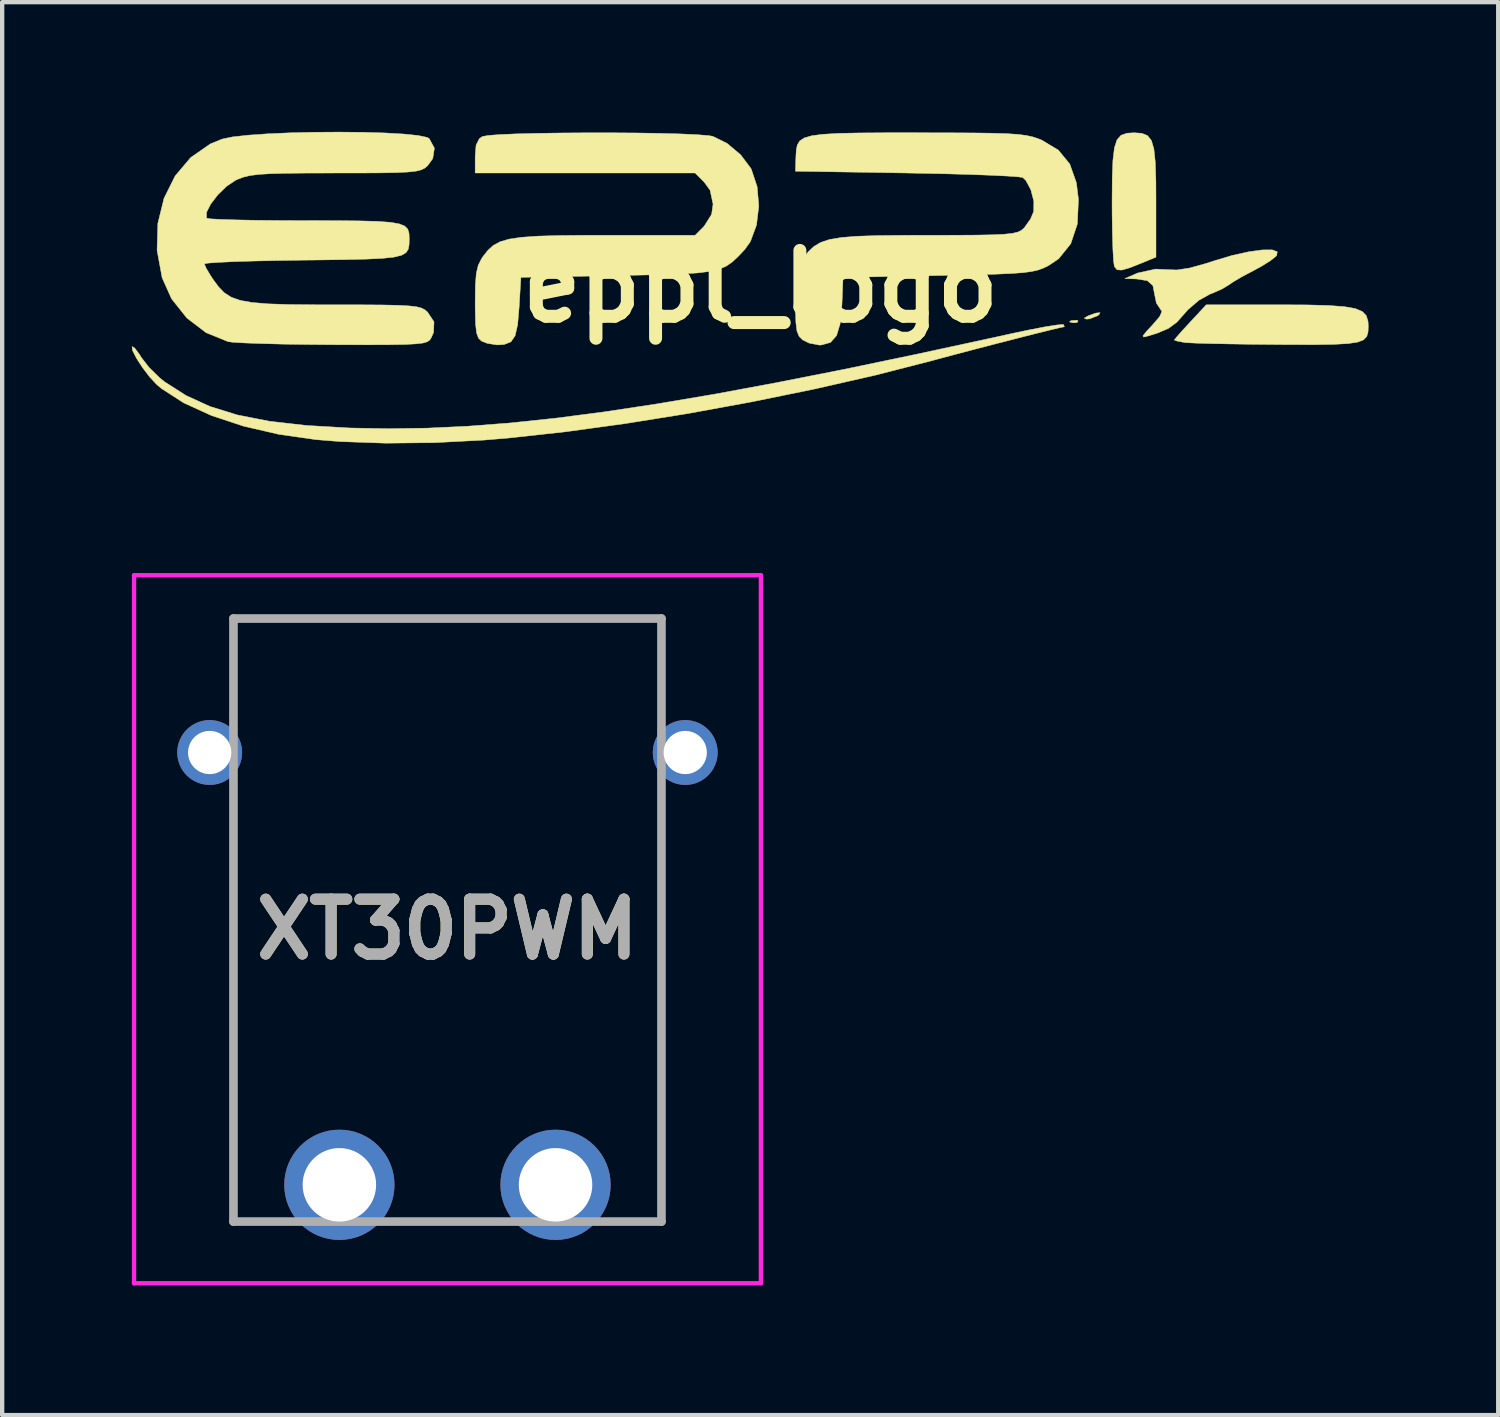
<source format=kicad_pcb>
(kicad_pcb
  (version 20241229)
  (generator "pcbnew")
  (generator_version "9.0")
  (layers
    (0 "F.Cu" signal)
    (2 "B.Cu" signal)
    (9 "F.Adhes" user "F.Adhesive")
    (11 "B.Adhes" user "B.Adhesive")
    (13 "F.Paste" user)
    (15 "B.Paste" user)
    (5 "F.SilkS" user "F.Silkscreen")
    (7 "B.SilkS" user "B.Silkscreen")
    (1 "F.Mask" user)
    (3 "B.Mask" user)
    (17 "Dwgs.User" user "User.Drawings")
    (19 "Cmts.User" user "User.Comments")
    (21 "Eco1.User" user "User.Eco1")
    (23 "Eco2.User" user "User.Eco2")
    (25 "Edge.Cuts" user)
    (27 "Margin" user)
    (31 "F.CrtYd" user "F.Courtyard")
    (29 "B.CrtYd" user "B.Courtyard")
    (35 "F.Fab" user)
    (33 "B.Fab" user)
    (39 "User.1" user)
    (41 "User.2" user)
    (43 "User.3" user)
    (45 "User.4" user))
  (footprint "eppl_logo"
    (layer "F.Cu")
    (at 14.545 3.577)
    (property "Reference" "eppl_logo" (at 0 0 0) (layer "F.SilkS") (effects (font (size 1.524 1.524) (thickness 0.3))))
    (attr through_hole)
    (fp_poly (pts (xy 7.343 0.796) (xy 7.318 0.834) (xy 7.232 0.84) (xy 7.142 0.819) (xy 7.181 0.789) (xy 7.313 0.779) (xy 7.343 0.796)) (stroke (width 0.01) (type solid)) (fill yes) (layer "F.SilkS"))
    (fp_poly (pts (xy 7.824 0.653) (xy 7.789 0.677) (xy 7.609 0.748) (xy 7.535 0.755) (xy 7.485 0.731) (xy 7.578 0.677) (xy 7.757 0.614) (xy 7.85 0.606) (xy 7.824 0.653)) (stroke (width 0.01) (type solid)) (fill yes) (layer "F.SilkS"))
    (fp_poly (pts (xy 8.815 -3.544) (xy 8.946 -3.492) (xy 9.038 -3.378) (xy 9.096 -3.179) (xy 9.128 -2.874) (xy 9.142 -2.441) (xy 9.144 -1.985) (xy 9.144 -0.68) (xy 8.861 -0.562) (xy 8.548 -0.437) (xy 8.353 -0.38) (xy 8.244 -0.387) (xy 8.187 -0.454) (xy 8.18 -0.47) (xy 8.162 -0.599) (xy 8.147 -0.864) (xy 8.136 -1.234) (xy 8.129 -1.675) (xy 8.128 -1.948) (xy 8.132 -2.509) (xy 8.148 -2.922) (xy 8.183 -3.21) (xy 8.244 -3.396) (xy 8.338 -3.5) (xy 8.473 -3.546) (xy 8.636 -3.556) (xy 8.815 -3.544)) (stroke (width 0.01) (type solid)) (fill yes) (layer "F.SilkS"))
    (fp_poly (pts (xy 12.639 0.426) (xy 13.135 0.439) (xy 13.501 0.466) (xy 13.756 0.511) (xy 13.919 0.58) (xy 14.01 0.677) (xy 14.049 0.807) (xy 14.055 0.919) (xy 14.049 1.054) (xy 14.019 1.157) (xy 13.945 1.234) (xy 13.807 1.287) (xy 13.586 1.32) (xy 13.262 1.338) (xy 12.817 1.345) (xy 12.229 1.344) (xy 11.942 1.342) (xy 11.377 1.337) (xy 10.857 1.329) (xy 10.41 1.32) (xy 10.064 1.31) (xy 9.848 1.299) (xy 9.8 1.294) (xy 9.632 1.262) (xy 9.567 1.238) (xy 9.62 1.171) (xy 9.758 1.015) (xy 9.937 0.821) (xy 10.307 0.423) (xy 11.993 0.423) (xy 12.639 0.426)) (stroke (width 0.01) (type solid)) (fill yes) (layer "F.SilkS"))
    (fp_poly (pts (xy 11.95 -0.804) (xy 11.934 -0.714) (xy 11.933 -0.713) (xy 11.797 -0.601) (xy 11.567 -0.458) (xy 11.393 -0.365) (xy 11.131 -0.226) (xy 10.92 -0.101) (xy 10.837 -0.043) (xy 10.676 0.055) (xy 10.44 0.159) (xy 10.394 0.176) (xy 10.137 0.318) (xy 9.882 0.537) (xy 9.814 0.615) (xy 9.625 0.827) (xy 9.436 0.967) (xy 9.182 1.076) (xy 8.975 1.141) (xy 8.86 1.169) (xy 8.843 1.14) (xy 8.931 1.031) (xy 9.058 0.895) (xy 9.229 0.697) (xy 9.282 0.578) (xy 9.241 0.515) (xy 9.154 0.386) (xy 9.116 0.202) (xy 9.072 -0.022) (xy 8.942 -0.136) (xy 8.688 -0.175) (xy 8.678 -0.175) (xy 8.424 -0.183) (xy 8.72 -0.312) (xy 9.135 -0.403) (xy 9.376 -0.391) (xy 9.625 -0.382) (xy 9.919 -0.427) (xy 10.305 -0.534) (xy 10.49 -0.594) (xy 10.904 -0.718) (xy 11.282 -0.802) (xy 11.6 -0.846) (xy 11.831 -0.848) (xy 11.95 -0.804)) (stroke (width 0.01) (type solid)) (fill yes) (layer "F.SilkS"))
    (fp_poly (pts (xy 7.007 0.883) (xy 7.025 0.931) (xy 7.02 0.932) (xy 6.917 0.953) (xy 6.68 1.01) (xy 6.336 1.095) (xy 5.917 1.202) (xy 5.449 1.322) (xy 4.963 1.449) (xy 4.487 1.574) (xy 4.051 1.691) (xy 3.937 1.722) (xy 2.632 2.056) (xy 1.233 2.374) (xy -0.221 2.671) (xy -1.692 2.94) (xy -3.14 3.172) (xy -4.527 3.362) (xy -5.813 3.503) (xy -6.392 3.552) (xy -7.543 3.612) (xy -8.671 3.624) (xy -9.722 3.587) (xy -10.287 3.542) (xy -11.147 3.419) (xy -11.963 3.23) (xy -12.706 2.984) (xy -13.347 2.691) (xy -13.856 2.363) (xy -13.971 2.266) (xy -14.131 2.095) (xy -14.297 1.877) (xy -14.44 1.657) (xy -14.53 1.479) (xy -14.54 1.389) (xy -14.477 1.427) (xy -14.367 1.574) (xy -14.325 1.643) (xy -14.149 1.871) (xy -13.904 2.111) (xy -13.785 2.207) (xy -13.291 2.522) (xy -12.738 2.775) (xy -12.104 2.971) (xy -11.369 3.116) (xy -10.512 3.214) (xy -9.511 3.272) (xy -9.483 3.273) (xy -8.614 3.289) (xy -7.717 3.276) (xy -6.78 3.232) (xy -5.789 3.156) (xy -4.735 3.045) (xy -3.604 2.898) (xy -2.384 2.713) (xy -1.065 2.49) (xy 0.368 2.224) (xy 1.924 1.917) (xy 3.617 1.564) (xy 5.458 1.166) (xy 5.786 1.093) (xy 6.21 1.004) (xy 6.572 0.934) (xy 6.842 0.891) (xy 6.99 0.878) (xy 7.007 0.883)) (stroke (width 0.01) (type solid)) (fill yes) (layer "F.SilkS"))
    (fp_poly (pts (xy -3.439 -3.555) (xy -2.858 -3.551) (xy -2.317 -3.542) (xy -1.843 -3.529) (xy -1.462 -3.511) (xy -1.2 -3.49) (xy -1.106 -3.473) (xy -0.779 -3.312) (xy -0.464 -3.048) (xy -0.229 -2.735) (xy -0.215 -2.709) (xy -0.082 -2.309) (xy -0.043 -1.861) (xy -0.097 -1.42) (xy -0.237 -1.04) (xy -0.365 -0.86) (xy -0.518 -0.697) (xy -0.655 -0.569) (xy -0.796 -0.471) (xy -0.965 -0.399) (xy -1.184 -0.348) (xy -1.474 -0.313) (xy -1.858 -0.289) (xy -2.358 -0.273) (xy -2.997 -0.26) (xy -3.302 -0.254) (xy -5.546 -0.212) (xy -5.588 0.49) (xy -5.622 0.884) (xy -5.68 1.138) (xy -5.777 1.28) (xy -5.933 1.341) (xy -6.096 1.351) (xy -6.324 1.315) (xy -6.456 1.263) (xy -6.526 1.197) (xy -6.571 1.075) (xy -6.595 0.865) (xy -6.603 0.531) (xy -6.604 0.369) (xy -6.599 -0.029) (xy -6.578 -0.301) (xy -6.533 -0.491) (xy -6.458 -0.641) (xy -6.422 -0.695) (xy -6.31 -0.837) (xy -6.187 -0.949) (xy -6.03 -1.034) (xy -5.821 -1.096) (xy -5.537 -1.138) (xy -5.159 -1.165) (xy -4.665 -1.179) (xy -4.034 -1.185) (xy -3.597 -1.185) (xy -1.516 -1.185) (xy -1.308 -1.393) (xy -1.135 -1.668) (xy -1.101 -1.905) (xy -1.17 -2.228) (xy -1.308 -2.417) (xy -1.516 -2.625) (xy -6.604 -2.625) (xy -6.604 -3.003) (xy -6.583 -3.27) (xy -6.507 -3.42) (xy -6.44 -3.468) (xy -6.31 -3.493) (xy -6.036 -3.514) (xy -5.645 -3.531) (xy -5.164 -3.543) (xy -4.619 -3.551) (xy -4.035 -3.555) (xy -3.439 -3.555)) (stroke (width 0.01) (type solid)) (fill yes) (layer "F.SilkS"))
    (fp_poly (pts (xy 4.341 -3.555) (xy 4.914 -3.552) (xy 5.36 -3.546) (xy 5.7 -3.535) (xy 5.956 -3.518) (xy 6.147 -3.493) (xy 6.296 -3.46) (xy 6.424 -3.417) (xy 6.504 -3.385) (xy 6.888 -3.153) (xy 7.15 -2.832) (xy 7.302 -2.402) (xy 7.351 -2.015) (xy 7.325 -1.446) (xy 7.173 -0.99) (xy 6.894 -0.643) (xy 6.659 -0.484) (xy 6.542 -0.427) (xy 6.419 -0.382) (xy 6.267 -0.347) (xy 6.062 -0.32) (xy 5.783 -0.3) (xy 5.407 -0.284) (xy 4.912 -0.271) (xy 4.275 -0.257) (xy 4.106 -0.254) (xy 1.905 -0.212) (xy 1.88 0.421) (xy 1.841 0.85) (xy 1.756 1.135) (xy 1.614 1.295) (xy 1.402 1.353) (xy 1.358 1.355) (xy 1.12 1.309) (xy 0.969 1.234) (xy 0.889 1.154) (xy 0.839 1.03) (xy 0.814 0.825) (xy 0.805 0.502) (xy 0.804 0.351) (xy 0.811 -0.038) (xy 0.835 -0.302) (xy 0.885 -0.487) (xy 0.969 -0.635) (xy 0.98 -0.65) (xy 1.103 -0.805) (xy 1.232 -0.927) (xy 1.389 -1.02) (xy 1.595 -1.088) (xy 1.87 -1.134) (xy 2.236 -1.163) (xy 2.715 -1.178) (xy 3.328 -1.184) (xy 3.831 -1.185) (xy 4.483 -1.186) (xy 4.987 -1.189) (xy 5.363 -1.196) (xy 5.635 -1.209) (xy 5.822 -1.229) (xy 5.946 -1.258) (xy 6.028 -1.297) (xy 6.089 -1.348) (xy 6.094 -1.353) (xy 6.243 -1.562) (xy 6.315 -1.735) (xy 6.319 -1.97) (xy 6.25 -2.236) (xy 6.134 -2.453) (xy 6.064 -2.521) (xy 5.958 -2.537) (xy 5.705 -2.555) (xy 5.325 -2.573) (xy 4.841 -2.591) (xy 4.274 -2.607) (xy 3.645 -2.62) (xy 3.387 -2.625) (xy 0.804 -2.667) (xy 0.815 -2.999) (xy 0.823 -3.151) (xy 0.847 -3.272) (xy 0.903 -3.367) (xy 1.01 -3.437) (xy 1.184 -3.488) (xy 1.443 -3.521) (xy 1.803 -3.542) (xy 2.283 -3.552) (xy 2.898 -3.556) (xy 3.62 -3.556) (xy 4.341 -3.555)) (stroke (width 0.01) (type solid)) (fill yes) (layer "F.SilkS"))
    (fp_poly (pts (xy -9.204 -3.567) (xy -8.696 -3.552) (xy -8.26 -3.527) (xy -7.925 -3.493) (xy -7.716 -3.449) (xy -7.668 -3.423) (xy -7.547 -3.201) (xy -7.585 -2.958) (xy -7.705 -2.794) (xy -7.768 -2.74) (xy -7.849 -2.699) (xy -7.971 -2.669) (xy -8.156 -2.648) (xy -8.426 -2.635) (xy -8.802 -2.628) (xy -9.308 -2.625) (xy -9.837 -2.625) (xy -10.473 -2.624) (xy -10.963 -2.619) (xy -11.333 -2.61) (xy -11.606 -2.593) (xy -11.806 -2.568) (xy -11.959 -2.532) (xy -12.087 -2.484) (xy -12.15 -2.455) (xy -12.357 -2.316) (xy -12.558 -2.12) (xy -12.722 -1.906) (xy -12.819 -1.714) (xy -12.818 -1.587) (xy -12.811 -1.579) (xy -12.715 -1.564) (xy -12.473 -1.551) (xy -12.107 -1.54) (xy -11.64 -1.531) (xy -11.096 -1.526) (xy -10.544 -1.524) (xy -9.842 -1.523) (xy -9.291 -1.518) (xy -8.872 -1.507) (xy -8.569 -1.485) (xy -8.361 -1.449) (xy -8.232 -1.397) (xy -8.162 -1.325) (xy -8.134 -1.231) (xy -8.129 -1.11) (xy -8.129 -1.105) (xy -8.132 -0.97) (xy -8.151 -0.863) (xy -8.204 -0.782) (xy -8.309 -0.722) (xy -8.485 -0.679) (xy -8.75 -0.651) (xy -9.121 -0.633) (xy -9.618 -0.622) (xy -10.258 -0.613) (xy -10.58 -0.61) (xy -11.183 -0.601) (xy -11.726 -0.589) (xy -12.188 -0.575) (xy -12.547 -0.558) (xy -12.782 -0.541) (xy -12.869 -0.524) (xy -12.869 -0.524) (xy -12.826 -0.422) (xy -12.716 -0.239) (xy -12.663 -0.159) (xy -12.537 0.012) (xy -12.406 0.146) (xy -12.248 0.247) (xy -12.041 0.321) (xy -11.764 0.37) (xy -11.395 0.401) (xy -10.912 0.417) (xy -10.293 0.423) (xy -9.872 0.423) (xy -9.237 0.424) (xy -8.75 0.427) (xy -8.389 0.435) (xy -8.131 0.449) (xy -7.955 0.47) (xy -7.839 0.501) (xy -7.761 0.544) (xy -7.705 0.593) (xy -7.556 0.818) (xy -7.566 1.062) (xy -7.623 1.191) (xy -7.658 1.241) (xy -7.714 1.279) (xy -7.814 1.308) (xy -7.976 1.327) (xy -8.22 1.34) (xy -8.567 1.346) (xy -9.037 1.348) (xy -9.649 1.347) (xy -9.888 1.346) (xy -10.492 1.341) (xy -11.052 1.333) (xy -11.542 1.32) (xy -11.935 1.306) (xy -12.206 1.29) (xy -12.319 1.275) (xy -12.827 1.069) (xy -13.274 0.728) (xy -13.627 0.284) (xy -13.845 -0.202) (xy -13.962 -0.838) (xy -13.944 -1.459) (xy -13.801 -2.04) (xy -13.544 -2.557) (xy -13.183 -2.984) (xy -12.729 -3.299) (xy -12.457 -3.41) (xy -12.219 -3.46) (xy -11.858 -3.5) (xy -11.404 -3.532) (xy -10.884 -3.555) (xy -10.326 -3.568) (xy -9.756 -3.572) (xy -9.204 -3.567)) (stroke (width 0.01) (type solid)) (fill yes) (layer "F.SilkS")))
  (footprint "XT30PWM"
    (layer "F.Cu")
    (at 7.3 18.444)
    (property "Reference" "XT30PWM" (at 0 0 0) (layer "F.SilkS") (effects (font (size 1.27 1.27) (thickness 0.254))))
    (attr through_hole)
    (fp_line (start -4.95 -7.187) (end 4.95 -7.187) (stroke (width 0.1) (type solid)) (layer "F.SilkS"))
    (fp_line (start -4.95 -5.237) (end -4.95 -7.187) (stroke (width 0.1) (type solid)) (layer "F.SilkS"))
    (fp_line (start -4.95 -2.737) (end -4.95 6.762) (stroke (width 0.1) (type solid)) (layer "F.SilkS"))
    (fp_line (start -4.95 6.762) (end -4 6.762) (stroke (width 0.1) (type solid)) (layer "F.SilkS"))
    (fp_line (start 4 6.762) (end 4.95 6.762) (stroke (width 0.1) (type solid)) (layer "F.SilkS"))
    (fp_line (start 4.95 -7.187) (end 4.95 -5.237) (stroke (width 0.1) (type solid)) (layer "F.SilkS"))
    (fp_line (start 4.95 6.762) (end 4.95 -2.737) (stroke (width 0.1) (type solid)) (layer "F.SilkS"))
    (fp_line (start -7.25 -8.188) (end 7.25 -8.188) (stroke (width 0.1) (type solid)) (layer "F.CrtYd"))
    (fp_line (start -7.25 8.188) (end -7.25 -8.188) (stroke (width 0.1) (type solid)) (layer "F.CrtYd"))
    (fp_line (start 7.25 -8.188) (end 7.25 8.188) (stroke (width 0.1) (type solid)) (layer "F.CrtYd"))
    (fp_line (start 7.25 8.188) (end -7.25 8.188) (stroke (width 0.1) (type solid)) (layer "F.CrtYd"))
    (fp_line (start -4.95 -7.187) (end 4.95 -7.187) (stroke (width 0.2) (type solid)) (layer "F.Fab"))
    (fp_line (start -4.95 6.762) (end -4.95 -7.187) (stroke (width 0.2) (type solid)) (layer "F.Fab"))
    (fp_line (start 4.95 -7.187) (end 4.95 6.762) (stroke (width 0.2) (type solid)) (layer "F.Fab"))
    (fp_line (start 4.95 6.762) (end -4.95 6.762) (stroke (width 0.2) (type solid)) (layer "F.Fab"))
    (fp_text user "${REFERENCE}" (at 0 0 0) (layer "F.Fab") (effects (font (size 1.27 1.27) (thickness 0.254))))
    (pad "1" thru_hole circle (at -2.5 5.912) (size 2.55 2.55) (drill 1.7) (layers "*.Cu" "*.Mask"))
    (pad "2" thru_hole circle (at 2.5 5.912) (size 2.55 2.55) (drill 1.7) (layers "*.Cu" "*.Mask"))
    (pad "3" thru_hole circle (at 5.5 -4.088) (size 1.5 1.5) (drill 1) (layers "*.Cu" "*.Mask"))
    (pad "4" thru_hole circle (at -5.5 -4.088) (size 1.5 1.5) (drill 1) (layers "*.Cu" "*.Mask")))
  (gr_rect
    (start -3 -3)
    (end 31.605 29.682)
    (stroke (width 0.1) (type default))
    (fill no)
    (layer "Edge.Cuts")))
</source>
